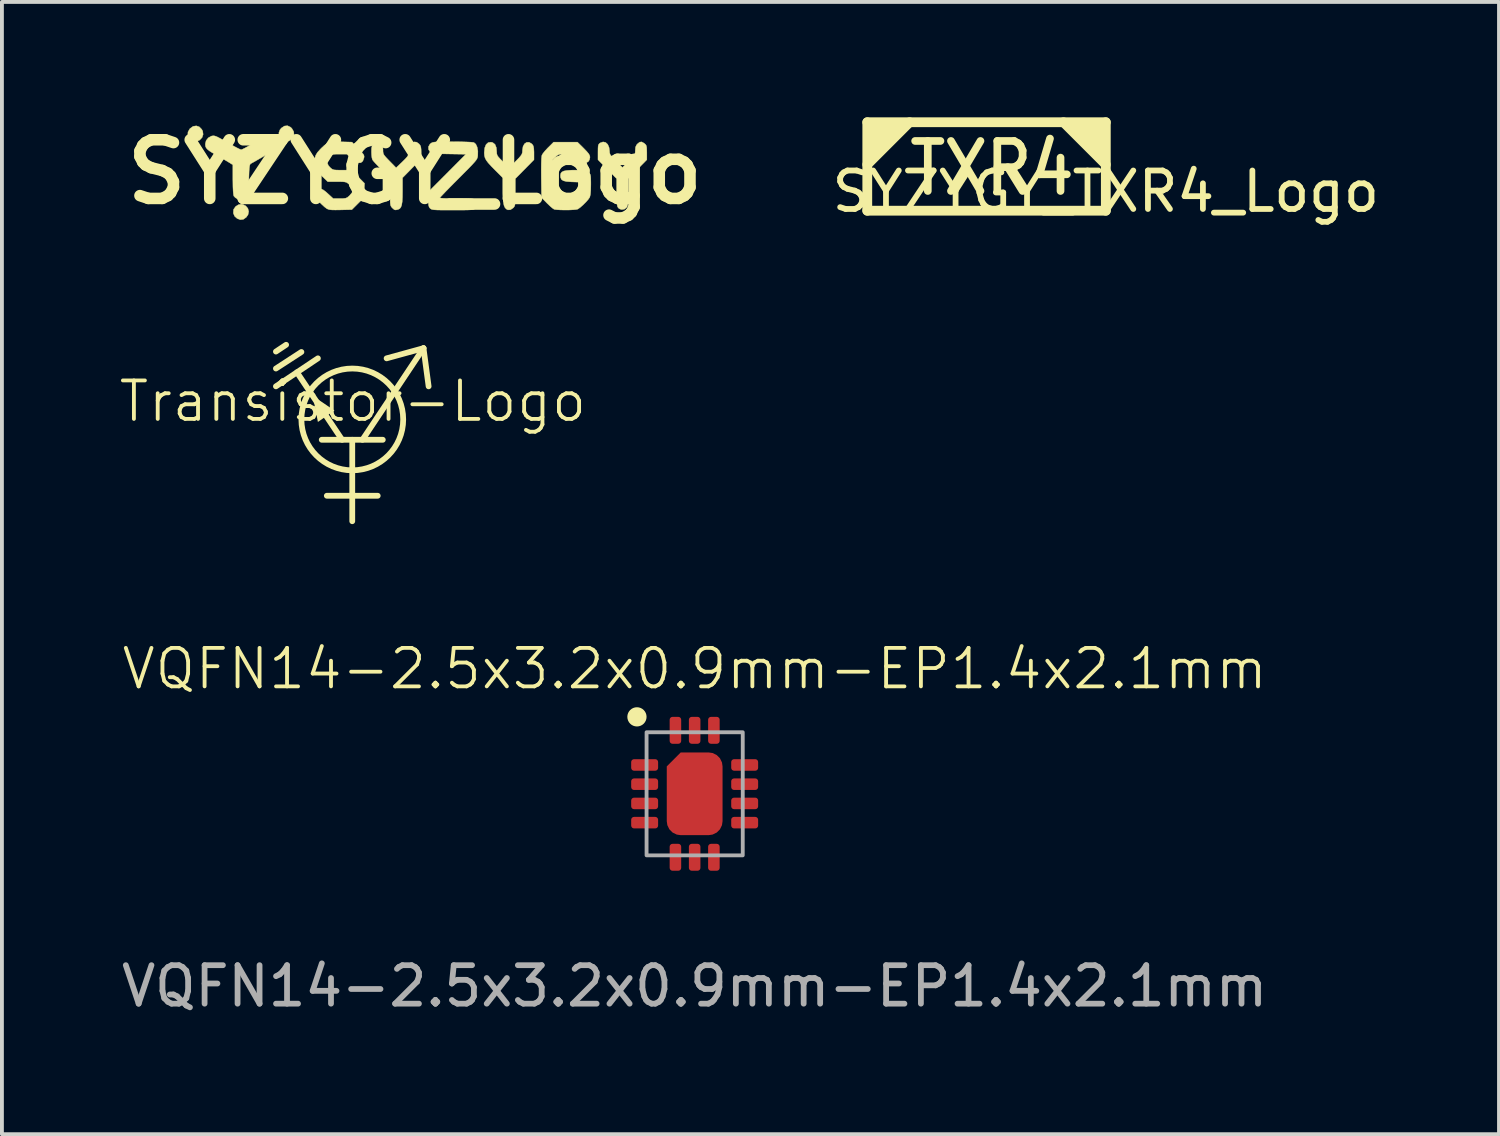
<source format=kicad_pcb>
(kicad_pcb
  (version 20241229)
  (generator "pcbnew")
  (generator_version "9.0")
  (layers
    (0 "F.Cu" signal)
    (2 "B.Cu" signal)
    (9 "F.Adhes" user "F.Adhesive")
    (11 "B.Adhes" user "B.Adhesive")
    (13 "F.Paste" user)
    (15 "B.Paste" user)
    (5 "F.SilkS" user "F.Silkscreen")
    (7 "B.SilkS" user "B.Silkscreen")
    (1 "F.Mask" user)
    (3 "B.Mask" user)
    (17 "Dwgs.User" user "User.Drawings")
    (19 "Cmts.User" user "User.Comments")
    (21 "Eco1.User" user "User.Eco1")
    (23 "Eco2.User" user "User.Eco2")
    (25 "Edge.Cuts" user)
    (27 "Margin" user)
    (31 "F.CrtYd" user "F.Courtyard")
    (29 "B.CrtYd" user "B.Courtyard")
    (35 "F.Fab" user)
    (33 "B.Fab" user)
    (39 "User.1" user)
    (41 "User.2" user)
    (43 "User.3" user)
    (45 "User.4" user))
  (footprint "VQFN14-2.5x3.2x0.9mm-EP1.4x2.1mm"
    (layer "F.Cu")
    (at 15.006 17.583)
    (property "Reference" "VQFN14-2.5x3.2x0.9mm-EP1.4x2.1mm" (at 0 -3.25 0) (unlocked yes) (layer "F.SilkS") (effects (font (size 1 1) (thickness 0.1))))
    (attr smd)
    (fp_circle (center -1.5 -2) (end -1.25 -2) (stroke (width 0) (type solid)) (fill yes) (layer "F.SilkS"))
    (fp_rect (start -1.25 -1.6) (end 1.25 1.6) (stroke (width 0.1) (type default)) (fill no) (layer "F.Fab"))
    (fp_text user "${REFERENCE}" (at 0 5 0) (unlocked yes) (layer "F.Fab") (effects (font (size 1 1) (thickness 0.15))))
    (pad "0" smd roundrect (at 0 0) (size 1.45 2.15) (layers "F.Cu" "F.Mask" "F.Paste") (roundrect_rratio 0.25) (chamfer_ratio 0.25) (chamfer top_left))
    (pad "1" smd roundrect (at -1.3 -0.75) (size 0.7 0.3) (layers "F.Cu" "F.Mask" "F.Paste") (roundrect_rratio 0.25))
    (pad "2" smd roundrect (at -1.3 -0.25) (size 0.7 0.3) (layers "F.Cu" "F.Mask" "F.Paste") (roundrect_rratio 0.25))
    (pad "3" smd roundrect (at -1.3 0.25) (size 0.7 0.3) (layers "F.Cu" "F.Mask" "F.Paste") (roundrect_rratio 0.25))
    (pad "4" smd roundrect (at -1.3 0.75) (size 0.7 0.3) (layers "F.Cu" "F.Mask" "F.Paste") (roundrect_rratio 0.25))
    (pad "5" smd roundrect (at -0.5 1.65 90) (size 0.7 0.3) (layers "F.Cu" "F.Mask" "F.Paste") (roundrect_rratio 0.25))
    (pad "6" smd roundrect (at 0 1.65 90) (size 0.7 0.3) (layers "F.Cu" "F.Mask" "F.Paste") (roundrect_rratio 0.25))
    (pad "7" smd roundrect (at 0.5 1.65 90) (size 0.7 0.3) (layers "F.Cu" "F.Mask" "F.Paste") (roundrect_rratio 0.25))
    (pad "8" smd roundrect (at 1.3 0.75 180) (size 0.7 0.3) (layers "F.Cu" "F.Mask" "F.Paste") (roundrect_rratio 0.25))
    (pad "9" smd roundrect (at 1.3 0.25 180) (size 0.7 0.3) (layers "F.Cu" "F.Mask" "F.Paste") (roundrect_rratio 0.25))
    (pad "10" smd roundrect (at 1.3 -0.25 180) (size 0.7 0.3) (layers "F.Cu" "F.Mask" "F.Paste") (roundrect_rratio 0.25))
    (pad "11" smd roundrect (at 1.3 -0.75 180) (size 0.7 0.3) (layers "F.Cu" "F.Mask" "F.Paste") (roundrect_rratio 0.25))
    (pad "12" smd roundrect (at 0.5 -1.65 270) (size 0.7 0.3) (layers "F.Cu" "F.Mask" "F.Paste") (roundrect_rratio 0.25))
    (pad "13" smd roundrect (at 0 -1.65 270) (size 0.7 0.3) (layers "F.Cu" "F.Mask" "F.Paste") (roundrect_rratio 0.25))
    (pad "14" smd roundrect (at -0.5 -1.65 270) (size 0.7 0.3) (layers "F.Cu" "F.Mask" "F.Paste") (roundrect_rratio 0.25)))
  (footprint "SYZYGY_TXR4_Logo"
    (layer "F.Cu")
    (at 25.693 2.427)
    (property "Reference" "SYZYGY_TXR4_Logo" (at 0 -0.5 0) (unlocked yes) (layer "F.SilkS") (effects (font (size 1 1) (thickness 0.15))))
    (attr smd board_only exclude_from_pos_files exclude_from_bom allow_missing_courtyard)
    (fp_line (start -6.2 -2.3) (end -6.2 0) (stroke (width 0.254) (type solid)) (layer "F.SilkS"))
    (fp_line (start -6.2 -2.3) (end 0 -2.3) (stroke (width 0.254) (type solid)) (layer "F.SilkS"))
    (fp_line (start -6.2 0) (end 0 0) (stroke (width 0.254) (type solid)) (layer "F.SilkS"))
    (fp_line (start -5.1 -2.3) (end -6.2 -1.2) (stroke (width 0.254) (type solid)) (layer "F.SilkS"))
    (fp_line (start -1.1 -2.3) (end 0 -1.2) (stroke (width 0.254) (type solid)) (layer "F.SilkS"))
    (fp_line (start 0 -2.3) (end 0 0) (stroke (width 0.254) (type solid)) (layer "F.SilkS"))
    (fp_poly (pts (xy -6.2 -1.2) (xy -6.2 -2.3) (xy -5.1 -2.3)) (stroke (width 0.15) (type solid)) (fill yes) (layer "F.SilkS"))
    (fp_poly (pts (xy -1.1 -2.3) (xy 0 -2.3) (xy 0 -1.2)) (stroke (width 0.15) (type solid)) (fill yes) (layer "F.SilkS"))
    (fp_text user "TXR4" (at -2.957 -1.104 0) (layer "F.SilkS") (effects (font (size 1.3 1.15) (thickness 0.2)))))
  (footprint "Transistor-Logo"
    (layer "F.Cu")
    (at 6.121 7.881)
    (property "Reference" "Transistor-Logo" (at 0 -0.5 0) (unlocked yes) (layer "F.SilkS") (effects (font (size 1 1) (thickness 0.1))))
    (attr smd board_only exclude_from_pos_files exclude_from_bom allow_missing_courtyard)
    (fp_line (start -1.734 -1.969) (end -1.999 -1.793) (stroke (width 0.15) (type solid)) (layer "F.SilkS"))
    (fp_line (start -1.337 -1.782) (end -1.999 -1.352) (stroke (width 0.15) (type solid)) (layer "F.SilkS"))
    (fp_line (start -0.908 -1.617) (end -1.999 -0.889) (stroke (width 0.15) (type solid)) (layer "F.SilkS"))
    (fp_line (start -0.676 1.955) (end 0.647 1.955) (stroke (width 0.15) (type solid)) (layer "F.SilkS"))
    (fp_line (start -0.279 0.5) (end -1.453 -1.253) (stroke (width 0.15) (type solid)) (layer "F.SilkS"))
    (fp_line (start -0.015 0.5) (end -0.015 2.617) (stroke (width 0.15) (type solid)) (layer "F.SilkS"))
    (fp_line (start 0.25 0.5) (end 1.837 -1.881) (stroke (width 0.15) (type solid)) (layer "F.SilkS"))
    (fp_line (start 0.779 0.5) (end -0.808 0.5) (stroke (width 0.15) (type solid)) (layer "F.SilkS"))
    (fp_line (start 1.837 -1.881) (end 0.878 -1.617) (stroke (width 0.15) (type solid)) (layer "F.SilkS"))
    (fp_line (start 1.97 -0.889) (end 1.837 -1.881) (stroke (width 0.15) (type solid)) (layer "F.SilkS"))
    (fp_circle (center -0.014 -0.029) (end 1.309 -0.029) (stroke (width 0.15) (type solid)) (fill no) (layer "F.SilkS"))
    (fp_poly (pts (xy -0.478 -0.261) (xy -0.908 0.037) (xy -1.04 -0.641)) (stroke (width 0) (type solid)) (fill yes) (layer "F.SilkS")))
  (footprint "SYZYGY_Logo"
    (layer "F.Cu")
    (at 7.736 1.418)
    (property "Reference" "SYZYGY_Logo" (at 0 0 0) (layer "F.SilkS") (effects (font (size 1.524 1.524) (thickness 0.3))))
    (attr smd board_only exclude_from_pos_files exclude_from_bom allow_missing_courtyard)
    (fp_poly (pts (xy -4.487 0.842) (xy -4.399 0.883) (xy -4.343 0.949) (xy -4.322 1.029) (xy -4.339 1.113) (xy -4.385 1.179) (xy -4.461 1.233) (xy -4.54 1.242) (xy -4.621 1.212) (xy -4.688 1.152) (xy -4.721 1.072) (xy -4.716 0.984) (xy -4.71 0.969) (xy -4.662 0.9) (xy -4.591 0.854) (xy -4.513 0.838) (xy -4.487 0.842)) (stroke (width 0.01) (type solid)) (fill yes) (layer "F.SilkS"))
    (fp_poly (pts (xy -3.234 -1.163) (xy -3.2 -1.13) (xy -3.15 -1.043) (xy -3.145 -0.958) (xy -3.186 -0.876) (xy -3.208 -0.853) (xy -3.284 -0.798) (xy -3.36 -0.79) (xy -3.438 -0.828) (xy -3.462 -0.849) (xy -3.523 -0.929) (xy -3.539 -1.012) (xy -3.509 -1.095) (xy -3.472 -1.14) (xy -3.393 -1.192) (xy -3.312 -1.2) (xy -3.234 -1.163)) (stroke (width 0.01) (type solid)) (fill yes) (layer "F.SilkS"))
    (fp_poly (pts (xy -5.606 -1.171) (xy -5.542 -1.106) (xy -5.518 -1.061) (xy -5.506 -0.976) (xy -5.533 -0.894) (xy -5.594 -0.83) (xy -5.613 -0.819) (xy -5.683 -0.791) (xy -5.738 -0.792) (xy -5.784 -0.812) (xy -5.865 -0.876) (xy -5.904 -0.954) (xy -5.9 -1.037) (xy -5.852 -1.121) (xy -5.844 -1.129) (xy -5.767 -1.184) (xy -5.684 -1.197) (xy -5.606 -1.171)) (stroke (width 0.01) (type solid)) (fill yes) (layer "F.SilkS"))
    (fp_poly (pts (xy 4.956 -0.766) (xy 5.01 -0.716) (xy 5.045 -0.635) (xy 5.057 -0.542) (xy 5.06 -0.497) (xy 5.072 -0.457) (xy 5.101 -0.413) (xy 5.152 -0.356) (xy 5.225 -0.282) (xy 5.393 -0.115) (xy 5.56 -0.283) (xy 5.635 -0.36) (xy 5.684 -0.415) (xy 5.711 -0.458) (xy 5.723 -0.498) (xy 5.726 -0.545) (xy 5.727 -0.562) (xy 5.733 -0.643) (xy 5.758 -0.699) (xy 5.783 -0.728) (xy 5.841 -0.774) (xy 5.893 -0.78) (xy 5.953 -0.747) (xy 5.966 -0.737) (xy 5.996 -0.71) (xy 6.014 -0.679) (xy 6.023 -0.632) (xy 6.026 -0.558) (xy 6.027 -0.503) (xy 6.027 -0.316) (xy 5.542 0.176) (xy 5.542 0.521) (xy 5.541 0.666) (xy 5.537 0.772) (xy 5.53 0.845) (xy 5.519 0.892) (xy 5.508 0.916) (xy 5.449 0.967) (xy 5.378 0.979) (xy 5.357 0.975) (xy 5.315 0.959) (xy 5.285 0.936) (xy 5.264 0.901) (xy 5.252 0.844) (xy 5.245 0.761) (xy 5.242 0.643) (xy 5.242 0.535) (xy 5.242 0.176) (xy 4.999 -0.07) (xy 4.757 -0.316) (xy 4.757 -0.516) (xy 4.758 -0.613) (xy 4.762 -0.675) (xy 4.773 -0.712) (xy 4.793 -0.737) (xy 4.816 -0.754) (xy 4.889 -0.78) (xy 4.956 -0.766)) (stroke (width 0.01) (type solid)) (fill yes) (layer "F.SilkS"))
    (fp_poly (pts (xy 2.023 -0.761) (xy 2.081 -0.715) (xy 2.115 -0.63) (xy 2.124 -0.522) (xy 2.127 -0.474) (xy 2.138 -0.434) (xy 2.164 -0.393) (xy 2.212 -0.34) (xy 2.288 -0.265) (xy 2.288 -0.265) (xy 2.452 -0.107) (xy 2.623 -0.281) (xy 2.7 -0.36) (xy 2.749 -0.417) (xy 2.777 -0.46) (xy 2.79 -0.5) (xy 2.794 -0.546) (xy 2.794 -0.564) (xy 2.809 -0.661) (xy 2.847 -0.73) (xy 2.903 -0.768) (xy 2.967 -0.77) (xy 3.034 -0.731) (xy 3.054 -0.711) (xy 3.077 -0.672) (xy 3.089 -0.611) (xy 3.094 -0.518) (xy 3.094 -0.49) (xy 3.094 -0.316) (xy 2.852 -0.07) (xy 2.609 0.176) (xy 2.609 0.528) (xy 2.609 0.662) (xy 2.607 0.759) (xy 2.603 0.825) (xy 2.596 0.869) (xy 2.584 0.899) (xy 2.566 0.923) (xy 2.553 0.936) (xy 2.482 0.984) (xy 2.414 0.987) (xy 2.372 0.964) (xy 2.34 0.929) (xy 2.316 0.878) (xy 2.3 0.803) (xy 2.29 0.699) (xy 2.286 0.557) (xy 2.286 0.481) (xy 2.286 0.157) (xy 2.086 -0.043) (xy 1.981 -0.15) (xy 1.904 -0.235) (xy 1.853 -0.303) (xy 1.822 -0.363) (xy 1.806 -0.423) (xy 1.801 -0.489) (xy 1.801 -0.503) (xy 1.813 -0.624) (xy 1.848 -0.711) (xy 1.903 -0.762) (xy 1.976 -0.773) (xy 2.023 -0.761)) (stroke (width 0.01) (type solid)) (fill yes) (layer "F.SilkS"))
    (fp_poly (pts (xy 0.044 -0.773) (xy 0.105 -0.728) (xy 0.135 -0.692) (xy 0.152 -0.651) (xy 0.16 -0.59) (xy 0.162 -0.506) (xy 0.162 -0.339) (xy -0.081 -0.093) (xy -0.323 0.153) (xy -0.323 0.493) (xy -0.325 0.654) (xy -0.332 0.776) (xy -0.346 0.863) (xy -0.368 0.921) (xy -0.399 0.958) (xy -0.441 0.977) (xy -0.444 0.978) (xy -0.499 0.99) (xy -0.536 0.983) (xy -0.576 0.949) (xy -0.59 0.936) (xy -0.611 0.913) (xy -0.626 0.888) (xy -0.637 0.854) (xy -0.643 0.802) (xy -0.645 0.725) (xy -0.646 0.615) (xy -0.647 0.518) (xy -0.647 0.157) (xy -0.862 -0.054) (xy -0.946 -0.138) (xy -1.019 -0.214) (xy -1.074 -0.275) (xy -1.103 -0.313) (xy -1.105 -0.316) (xy -1.119 -0.365) (xy -1.128 -0.442) (xy -1.131 -0.519) (xy -1.129 -0.607) (xy -1.119 -0.663) (xy -1.097 -0.704) (xy -1.075 -0.728) (xy -1.017 -0.774) (xy -0.965 -0.78) (xy -0.905 -0.747) (xy -0.892 -0.737) (xy -0.854 -0.7) (xy -0.836 -0.654) (xy -0.831 -0.581) (xy -0.831 -0.573) (xy -0.83 -0.519) (xy -0.822 -0.477) (xy -0.802 -0.437) (xy -0.763 -0.389) (xy -0.7 -0.322) (xy -0.66 -0.281) (xy -0.49 -0.107) (xy -0.328 -0.262) (xy -0.254 -0.335) (xy -0.207 -0.387) (xy -0.179 -0.43) (xy -0.165 -0.475) (xy -0.159 -0.533) (xy -0.157 -0.559) (xy -0.147 -0.646) (xy -0.128 -0.702) (xy -0.097 -0.74) (xy -0.094 -0.742) (xy -0.023 -0.78) (xy 0.044 -0.773)) (stroke (width 0.01) (type solid)) (fill yes) (layer "F.SilkS"))
    (fp_poly (pts (xy -5.217 -0.937) (xy -5.18 -0.927) (xy -5.131 -0.906) (xy -5.062 -0.87) (xy -4.968 -0.818) (xy -4.843 -0.746) (xy -4.799 -0.72) (xy -4.701 -0.665) (xy -4.616 -0.62) (xy -4.551 -0.589) (xy -4.517 -0.577) (xy -4.517 -0.577) (xy -4.483 -0.589) (xy -4.421 -0.62) (xy -4.338 -0.665) (xy -4.267 -0.708) (xy -4.11 -0.801) (xy -3.986 -0.868) (xy -3.887 -0.911) (xy -3.81 -0.931) (xy -3.749 -0.93) (xy -3.697 -0.907) (xy -3.65 -0.865) (xy -3.637 -0.85) (xy -3.594 -0.786) (xy -3.581 -0.725) (xy -3.6 -0.664) (xy -3.653 -0.599) (xy -3.743 -0.526) (xy -3.872 -0.442) (xy -3.943 -0.4) (xy -4.046 -0.34) (xy -4.139 -0.286) (xy -4.212 -0.245) (xy -4.255 -0.221) (xy -4.26 -0.219) (xy -4.277 -0.207) (xy -4.289 -0.188) (xy -4.298 -0.155) (xy -4.305 -0.101) (xy -4.311 -0.019) (xy -4.315 0.097) (xy -4.319 0.22) (xy -4.324 0.353) (xy -4.328 0.469) (xy -4.332 0.561) (xy -4.335 0.621) (xy -4.337 0.641) (xy -4.363 0.662) (xy -4.413 0.691) (xy -4.466 0.719) (xy -4.506 0.736) (xy -4.514 0.738) (xy -4.55 0.729) (xy -4.605 0.708) (xy -4.611 0.705) (xy -4.669 0.67) (xy -4.708 0.628) (xy -4.709 0.627) (xy -4.718 0.585) (xy -4.726 0.504) (xy -4.731 0.39) (xy -4.733 0.248) (xy -4.734 0.198) (xy -4.734 -0.184) (xy -4.82 -0.238) (xy -4.896 -0.284) (xy -4.982 -0.334) (xy -5.011 -0.351) (xy -5.155 -0.432) (xy -5.264 -0.495) (xy -5.342 -0.545) (xy -5.394 -0.587) (xy -5.426 -0.624) (xy -5.443 -0.66) (xy -5.449 -0.701) (xy -5.449 -0.731) (xy -5.428 -0.815) (xy -5.372 -0.886) (xy -5.293 -0.93) (xy -5.276 -0.934) (xy -5.247 -0.938) (xy -5.217 -0.937)) (stroke (width 0.01) (type solid)) (fill yes) (layer "F.SilkS"))
    (fp_poly (pts (xy 1.123 -0.784) (xy 1.261 -0.781) (xy 1.379 -0.777) (xy 1.469 -0.772) (xy 1.524 -0.765) (xy 1.533 -0.763) (xy 1.582 -0.721) (xy 1.617 -0.644) (xy 1.635 -0.542) (xy 1.633 -0.431) (xy 1.63 -0.398) (xy 1.623 -0.368) (xy 1.609 -0.337) (xy 1.586 -0.301) (xy 1.548 -0.255) (xy 1.494 -0.195) (xy 1.419 -0.116) (xy 1.319 -0.015) (xy 1.192 0.113) (xy 1.135 0.17) (xy 1.012 0.293) (xy 0.901 0.406) (xy 0.804 0.505) (xy 0.728 0.585) (xy 0.674 0.642) (xy 0.648 0.672) (xy 0.647 0.676) (xy 0.668 0.681) (xy 0.73 0.686) (xy 0.823 0.689) (xy 0.941 0.692) (xy 1.077 0.693) (xy 1.093 0.693) (xy 1.249 0.693) (xy 1.365 0.695) (xy 1.448 0.698) (xy 1.505 0.703) (xy 1.542 0.711) (xy 1.565 0.723) (xy 1.578 0.735) (xy 1.612 0.803) (xy 1.609 0.88) (xy 1.57 0.947) (xy 1.553 0.961) (xy 1.531 0.973) (xy 1.498 0.981) (xy 1.448 0.986) (xy 1.375 0.99) (xy 1.273 0.992) (xy 1.136 0.993) (xy 0.981 0.993) (xy 0.809 0.993) (xy 0.676 0.992) (xy 0.578 0.99) (xy 0.508 0.986) (xy 0.46 0.98) (xy 0.429 0.971) (xy 0.408 0.96) (xy 0.393 0.947) (xy 0.369 0.916) (xy 0.355 0.873) (xy 0.348 0.807) (xy 0.346 0.711) (xy 0.346 0.522) (xy 0.835 0.032) (xy 1.323 -0.459) (xy 0.883 -0.466) (xy 0.728 -0.469) (xy 0.613 -0.473) (xy 0.53 -0.477) (xy 0.473 -0.484) (xy 0.434 -0.494) (xy 0.409 -0.506) (xy 0.395 -0.517) (xy 0.353 -0.582) (xy 0.351 -0.655) (xy 0.39 -0.722) (xy 0.407 -0.737) (xy 0.43 -0.753) (xy 0.456 -0.765) (xy 0.493 -0.773) (xy 0.546 -0.779) (xy 0.623 -0.783) (xy 0.729 -0.784) (xy 0.871 -0.785) (xy 0.971 -0.785) (xy 1.123 -0.784)) (stroke (width 0.01) (type solid)) (fill yes) (layer "F.SilkS"))
    (fp_poly (pts (xy -1.938 -0.783) (xy -1.883 -0.781) (xy -1.637 -0.774) (xy -1.474 -0.606) (xy -1.399 -0.528) (xy -1.353 -0.474) (xy -1.328 -0.435) (xy -1.321 -0.401) (xy -1.325 -0.365) (xy -1.325 -0.363) (xy -1.356 -0.281) (xy -1.407 -0.238) (xy -1.476 -0.236) (xy -1.561 -0.275) (xy -1.649 -0.346) (xy -1.771 -0.462) (xy -1.964 -0.462) (xy -2.061 -0.461) (xy -2.124 -0.455) (xy -2.167 -0.442) (xy -2.202 -0.418) (xy -2.221 -0.4) (xy -2.276 -0.323) (xy -2.285 -0.244) (xy -2.248 -0.163) (xy -2.21 -0.12) (xy -2.174 -0.087) (xy -2.142 -0.066) (xy -2.103 -0.053) (xy -2.045 -0.048) (xy -1.958 -0.046) (xy -1.894 -0.046) (xy -1.654 -0.046) (xy -1.311 0.297) (xy -1.32 0.483) (xy -1.328 0.67) (xy -1.484 0.825) (xy -1.64 0.981) (xy -1.934 0.988) (xy -2.06 0.99) (xy -2.149 0.989) (xy -2.211 0.983) (xy -2.255 0.972) (xy -2.29 0.956) (xy -2.298 0.951) (xy -2.35 0.911) (xy -2.417 0.85) (xy -2.477 0.79) (xy -2.553 0.691) (xy -2.588 0.604) (xy -2.582 0.531) (xy -2.535 0.475) (xy -2.484 0.447) (xy -2.436 0.444) (xy -2.381 0.469) (xy -2.311 0.523) (xy -2.263 0.566) (xy -2.125 0.693) (xy -1.953 0.693) (xy -1.863 0.691) (xy -1.804 0.684) (xy -1.761 0.667) (xy -1.72 0.634) (xy -1.699 0.615) (xy -1.635 0.538) (xy -1.616 0.468) (xy -1.642 0.398) (xy -1.703 0.331) (xy -1.743 0.297) (xy -1.778 0.274) (xy -1.819 0.262) (xy -1.878 0.256) (xy -1.965 0.254) (xy -2.028 0.254) (xy -2.266 0.254) (xy -2.406 0.121) (xy -2.503 0.021) (xy -2.565 -0.067) (xy -2.598 -0.154) (xy -2.609 -0.252) (xy -2.609 -0.263) (xy -2.603 -0.355) (xy -2.58 -0.432) (xy -2.535 -0.506) (xy -2.46 -0.59) (xy -2.423 -0.627) (xy -2.355 -0.69) (xy -2.295 -0.735) (xy -2.233 -0.763) (xy -2.16 -0.779) (xy -2.065 -0.785) (xy -1.938 -0.783)) (stroke (width 0.01) (type solid)) (fill yes) (layer "F.SilkS"))
    (fp_poly (pts (xy 4.387 -0.613) (xy 4.465 -0.532) (xy 4.514 -0.473) (xy 4.54 -0.428) (xy 4.549 -0.387) (xy 4.549 -0.379) (xy 4.535 -0.314) (xy 4.507 -0.269) (xy 4.448 -0.235) (xy 4.385 -0.237) (xy 4.312 -0.279) (xy 4.237 -0.346) (xy 4.123 -0.462) (xy 3.925 -0.462) (xy 3.828 -0.461) (xy 3.765 -0.456) (xy 3.723 -0.444) (xy 3.689 -0.421) (xy 3.653 -0.386) (xy 3.579 -0.31) (xy 3.579 0.522) (xy 3.667 0.607) (xy 3.713 0.651) (xy 3.753 0.676) (xy 3.8 0.689) (xy 3.869 0.692) (xy 3.93 0.693) (xy 4.105 0.693) (xy 4.189 0.599) (xy 4.239 0.54) (xy 4.263 0.491) (xy 4.269 0.433) (xy 4.267 0.385) (xy 4.26 0.266) (xy 4.061 0.259) (xy 3.939 0.25) (xy 3.857 0.23) (xy 3.807 0.196) (xy 3.785 0.144) (xy 3.781 0.1) (xy 3.788 0.046) (xy 3.814 0.006) (xy 3.864 -0.021) (xy 3.944 -0.037) (xy 4.059 -0.045) (xy 4.172 -0.046) (xy 4.292 -0.046) (xy 4.375 -0.043) (xy 4.431 -0.037) (xy 4.467 -0.026) (xy 4.494 -0.009) (xy 4.515 0.01) (xy 4.54 0.038) (xy 4.556 0.067) (xy 4.566 0.109) (xy 4.57 0.172) (xy 4.572 0.267) (xy 4.572 0.335) (xy 4.569 0.479) (xy 4.561 0.582) (xy 4.546 0.648) (xy 4.539 0.665) (xy 4.5 0.72) (xy 4.438 0.79) (xy 4.364 0.863) (xy 4.292 0.926) (xy 4.235 0.966) (xy 4.233 0.967) (xy 4.188 0.978) (xy 4.11 0.985) (xy 4.01 0.99) (xy 3.9 0.991) (xy 3.792 0.989) (xy 3.699 0.984) (xy 3.633 0.976) (xy 3.614 0.97) (xy 3.577 0.945) (xy 3.519 0.896) (xy 3.451 0.831) (xy 3.429 0.81) (xy 3.29 0.668) (xy 3.283 0.146) (xy 3.282 -0.061) (xy 3.284 -0.224) (xy 3.288 -0.344) (xy 3.296 -0.418) (xy 3.302 -0.439) (xy 3.33 -0.484) (xy 3.382 -0.548) (xy 3.448 -0.619) (xy 3.466 -0.637) (xy 3.604 -0.774) (xy 4.224 -0.774) (xy 4.387 -0.613)) (stroke (width 0.01) (type solid)) (fill yes) (layer "F.SilkS")))
  (gr_rect
    (start -3 -3)
    (end 35.913 26.431)
    (stroke (width 0.1) (type default))
    (fill no)
    (layer "Edge.Cuts")))
</source>
